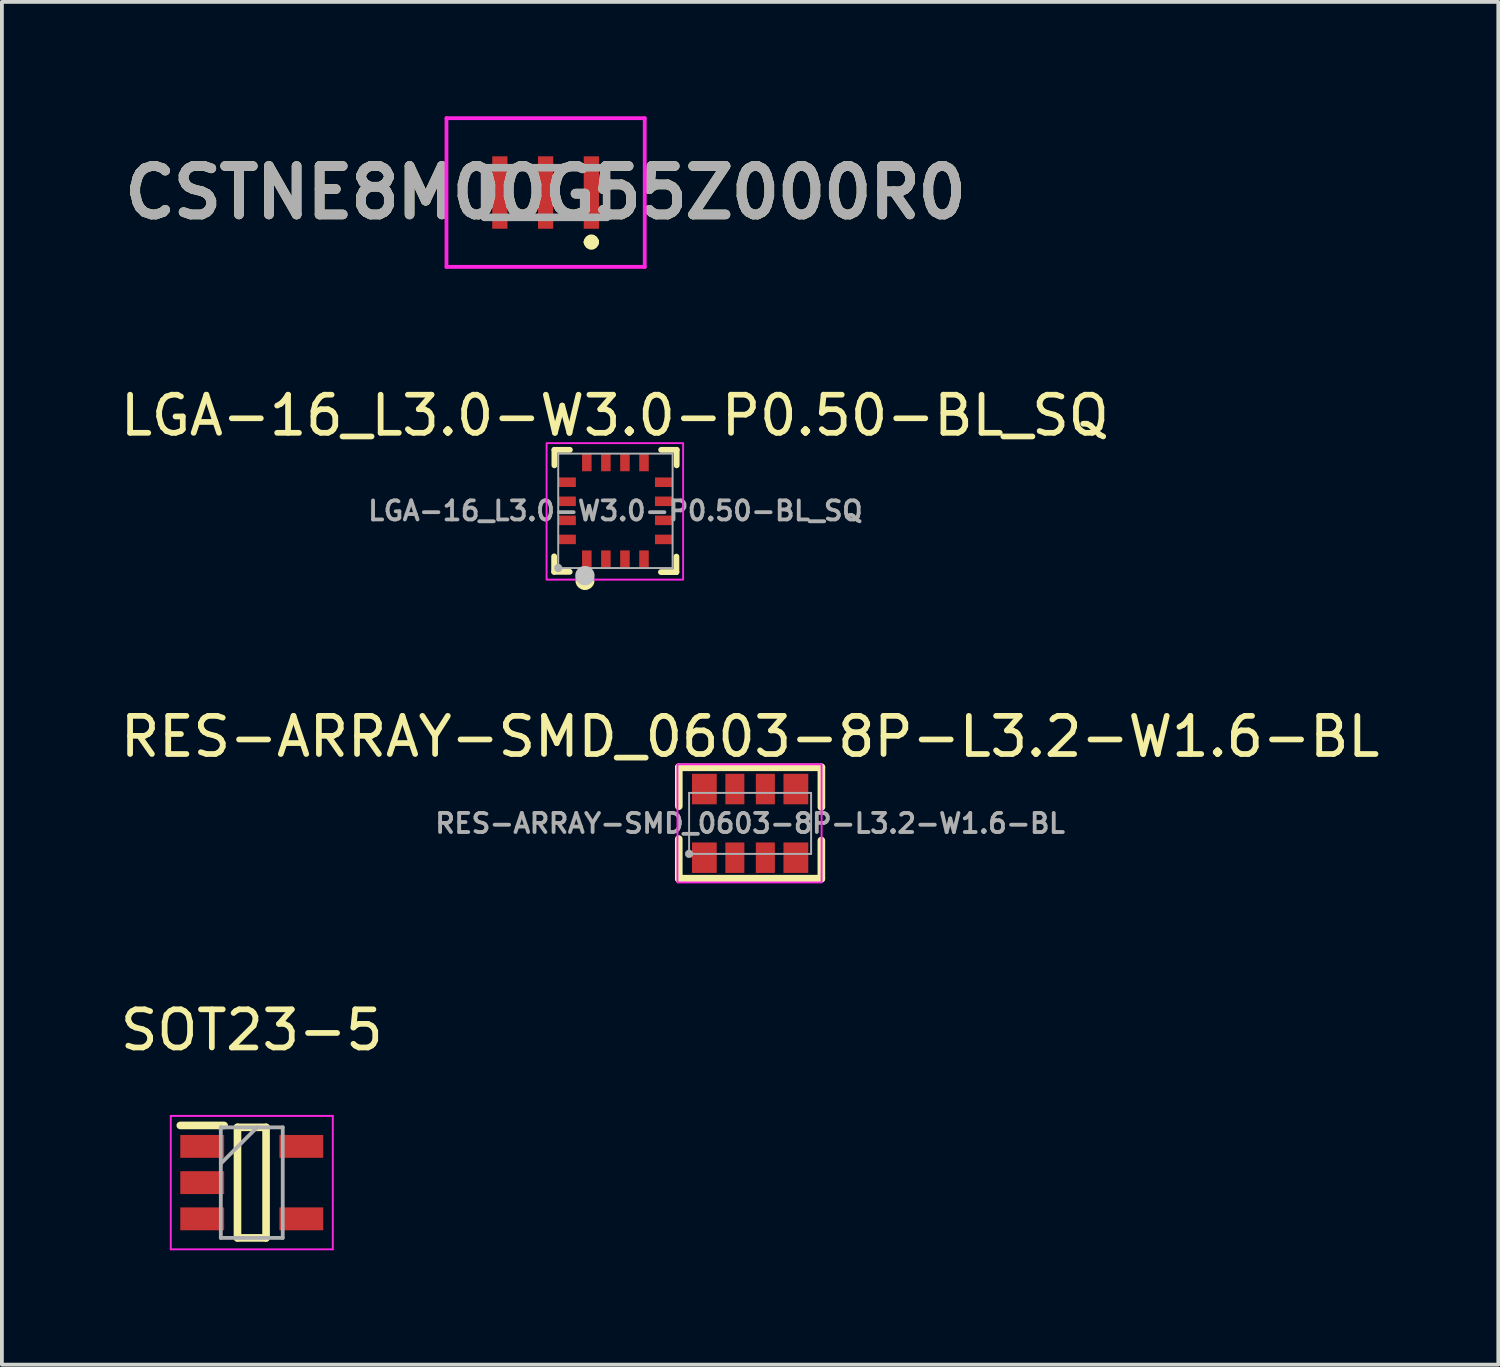
<source format=kicad_pcb>
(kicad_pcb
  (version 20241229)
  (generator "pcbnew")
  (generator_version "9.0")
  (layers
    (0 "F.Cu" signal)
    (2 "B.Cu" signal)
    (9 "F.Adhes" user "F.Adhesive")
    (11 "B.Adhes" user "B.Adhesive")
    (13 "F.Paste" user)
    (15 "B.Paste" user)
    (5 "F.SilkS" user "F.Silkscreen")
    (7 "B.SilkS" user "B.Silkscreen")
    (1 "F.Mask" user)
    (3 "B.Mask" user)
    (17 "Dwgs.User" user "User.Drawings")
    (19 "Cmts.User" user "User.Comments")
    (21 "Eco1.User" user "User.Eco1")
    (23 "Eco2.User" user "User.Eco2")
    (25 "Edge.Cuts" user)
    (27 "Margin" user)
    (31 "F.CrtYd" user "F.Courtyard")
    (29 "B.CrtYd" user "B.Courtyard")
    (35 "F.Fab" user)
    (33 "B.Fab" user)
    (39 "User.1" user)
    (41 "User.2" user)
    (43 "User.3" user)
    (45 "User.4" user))
  (footprint "CSTNE8M00G55Z000R0"
    (layer "F.Cu")
    (at 11.261 2)
    (property "Reference" "CSTNE8M00G55Z000R0" (at 0 0 0) (layer "F.SilkS") (effects (font (size 1.27 1.27) (thickness 0.254))))
    (attr smd)
    (fp_line (start -1.6 -0.65) (end -1.6 0.65) (stroke (width 0.1) (type solid)) (layer "F.SilkS"))
    (fp_line (start 1.1 1.3) (end 1.1 1.3) (stroke (width 0.2) (type solid)) (layer "F.SilkS"))
    (fp_line (start 1.3 1.3) (end 1.3 1.3) (stroke (width 0.2) (type solid)) (layer "F.SilkS"))
    (fp_line (start 1.6 -0.65) (end 1.6 0.65) (stroke (width 0.1) (type solid)) (layer "F.SilkS"))
    (fp_arc (start 1.1 1.3) (mid 1.2 1.2) (end 1.3 1.3) (stroke (width 0.2) (type solid)) (layer "F.SilkS"))
    (fp_arc (start 1.3 1.3) (mid 1.2 1.4) (end 1.1 1.3) (stroke (width 0.2) (type solid)) (layer "F.SilkS"))
    (fp_line (start -2.6 -1.95) (end -2.6 1.95) (stroke (width 0.1) (type solid)) (layer "F.CrtYd"))
    (fp_line (start -2.6 1.95) (end 2.6 1.95) (stroke (width 0.1) (type solid)) (layer "F.CrtYd"))
    (fp_line (start 2.6 -1.95) (end -2.6 -1.95) (stroke (width 0.1) (type solid)) (layer "F.CrtYd"))
    (fp_line (start 2.6 1.95) (end 2.6 -1.95) (stroke (width 0.1) (type solid)) (layer "F.CrtYd"))
    (fp_line (start -1.6 -0.65) (end -1.6 0.65) (stroke (width 0.2) (type solid)) (layer "F.Fab"))
    (fp_line (start -1.6 0.65) (end 1.6 0.65) (stroke (width 0.2) (type solid)) (layer "F.Fab"))
    (fp_line (start 1.6 -0.65) (end -1.6 -0.65) (stroke (width 0.2) (type solid)) (layer "F.Fab"))
    (fp_line (start 1.6 0.65) (end 1.6 -0.65) (stroke (width 0.2) (type solid)) (layer "F.Fab"))
    (fp_text user "${REFERENCE}" (at 0 0 0) (layer "F.Fab") (effects (font (size 1.27 1.27) (thickness 0.254))))
    (pad "1" smd rect (at 1.2 0) (size 0.4 1.9) (layers "F.Cu" "F.Mask" "F.Paste"))
    (pad "2" smd rect (at 0 0) (size 0.4 1.9) (layers "F.Cu" "F.Mask" "F.Paste"))
    (pad "3" smd rect (at -1.2 0) (size 0.4 1.9) (layers "F.Cu" "F.Mask" "F.Paste")))
  (footprint "LGA-16_L3.0-W3.0-P0.50-BL_SQ"
    (layer "F.Cu")
    (at 13.092 10.349)
    (property "Reference" "LGA-16_L3.0-W3.0-P0.50-BL_SQ" (at -0.015 -2.501 0) (layer "F.SilkS") (effects (font (size 1 1) (thickness 0.15))))
    (fp_line (start -1.607 1.6) (end -1.607 1.194) (stroke (width 0.152) (type default)) (layer "F.SilkS"))
    (fp_line (start -1.6 -1.6) (end -1.194 -1.6) (stroke (width 0.152) (type default)) (layer "F.SilkS"))
    (fp_line (start -1.6 -1.194) (end -1.6 -1.6) (stroke (width 0.152) (type default)) (layer "F.SilkS"))
    (fp_line (start -1.2 1.6) (end -1.607 1.6) (stroke (width 0.152) (type default)) (layer "F.SilkS"))
    (fp_line (start 1.2 -1.6) (end 1.607 -1.6) (stroke (width 0.152) (type default)) (layer "F.SilkS"))
    (fp_line (start 1.6 1.2) (end 1.6 1.607) (stroke (width 0.152) (type default)) (layer "F.SilkS"))
    (fp_line (start 1.6 1.607) (end 1.194 1.607) (stroke (width 0.152) (type default)) (layer "F.SilkS"))
    (fp_line (start 1.607 -1.6) (end 1.607 -1.194) (stroke (width 0.152) (type default)) (layer "F.SilkS"))
    (fp_arc (start -0.7985 1.95) (mid -0.923498 1.82575) (end -0.8 1.7) (stroke (width 0.25) (type default)) (layer "F.SilkS"))
    (fp_arc (start -0.7975 1.7) (mid -0.673497 1.8255) (end -0.7985 1.95) (stroke (width 0.25) (type default)) (layer "F.SilkS"))
    (fp_circle (center -0.8 1.7) (end -0.673 1.7) (stroke (width 0.254) (type default)) (fill no) (layer "Dwgs.User"))
    (fp_rect (start -1.805 -1.776) (end 1.776 1.805) (stroke (width 0.05) (type default)) (fill no) (layer "F.CrtYd"))
    (fp_line (start -1.5 -1.5) (end 1.5 -1.5) (stroke (width 0.051) (type default)) (layer "F.Fab"))
    (fp_line (start -1.5 1.5) (end -1.5 -1.5) (stroke (width 0.051) (type default)) (layer "F.Fab"))
    (fp_line (start 1.5 -1.5) (end 1.5 1.5) (stroke (width 0.051) (type default)) (layer "F.Fab"))
    (fp_line (start 1.5 1.5) (end -1.5 1.5) (stroke (width 0.051) (type default)) (layer "F.Fab"))
    (fp_poly (pts (xy -1.445 1.477) (xy -1.477 1.445) (xy -1.523 1.445) (xy -1.555 1.477) (xy -1.555 1.523) (xy -1.523 1.555) (xy -1.477 1.555) (xy -1.445 1.523)) (stroke (width 0.1) (type default)) (fill no) (layer "F.Fab"))
    (fp_poly (pts (xy -1.101 -0.875) (xy -1.101 -0.625) (xy -1.425 -0.625) (xy -1.425 -0.875)) (stroke (width 0.1) (type default)) (fill no) (layer "User.1"))
    (fp_poly (pts (xy -1.101 -0.375) (xy -1.101 -0.125) (xy -1.425 -0.125) (xy -1.425 -0.375)) (stroke (width 0.1) (type default)) (fill no) (layer "User.1"))
    (fp_poly (pts (xy -1.101 0.125) (xy -1.101 0.375) (xy -1.425 0.375) (xy -1.425 0.125)) (stroke (width 0.1) (type default)) (fill no) (layer "User.1"))
    (fp_poly (pts (xy -1.101 0.625) (xy -1.101 0.875) (xy -1.425 0.875) (xy -1.425 0.625)) (stroke (width 0.1) (type default)) (fill no) (layer "User.1"))
    (fp_poly (pts (xy -0.625 -1.101) (xy -0.875 -1.101) (xy -0.875 -1.425) (xy -0.625 -1.425)) (stroke (width 0.1) (type default)) (fill no) (layer "User.1"))
    (fp_poly (pts (xy -0.625 1.425) (xy -0.875 1.425) (xy -0.875 1.101) (xy -0.625 1.101)) (stroke (width 0.1) (type default)) (fill no) (layer "User.1"))
    (fp_poly (pts (xy -0.125 -1.101) (xy -0.375 -1.101) (xy -0.375 -1.425) (xy -0.125 -1.425)) (stroke (width 0.1) (type default)) (fill no) (layer "User.1"))
    (fp_poly (pts (xy -0.125 1.425) (xy -0.375 1.425) (xy -0.375 1.101) (xy -0.125 1.101)) (stroke (width 0.1) (type default)) (fill no) (layer "User.1"))
    (fp_poly (pts (xy 0.375 -1.101) (xy 0.125 -1.101) (xy 0.125 -1.425) (xy 0.375 -1.425)) (stroke (width 0.1) (type default)) (fill no) (layer "User.1"))
    (fp_poly (pts (xy 0.375 1.425) (xy 0.125 1.425) (xy 0.125 1.101) (xy 0.375 1.101)) (stroke (width 0.1) (type default)) (fill no) (layer "User.1"))
    (fp_poly (pts (xy 0.875 -1.101) (xy 0.625 -1.101) (xy 0.625 -1.425) (xy 0.875 -1.425)) (stroke (width 0.1) (type default)) (fill no) (layer "User.1"))
    (fp_poly (pts (xy 0.875 1.425) (xy 0.625 1.425) (xy 0.625 1.101) (xy 0.875 1.101)) (stroke (width 0.1) (type default)) (fill no) (layer "User.1"))
    (fp_poly (pts (xy 1.425 -0.875) (xy 1.425 -0.625) (xy 1.101 -0.625) (xy 1.101 -0.875)) (stroke (width 0.1) (type default)) (fill no) (layer "User.1"))
    (fp_poly (pts (xy 1.425 -0.375) (xy 1.425 -0.125) (xy 1.101 -0.125) (xy 1.101 -0.375)) (stroke (width 0.1) (type default)) (fill no) (layer "User.1"))
    (fp_poly (pts (xy 1.425 0.125) (xy 1.425 0.375) (xy 1.101 0.375) (xy 1.101 0.125)) (stroke (width 0.1) (type default)) (fill no) (layer "User.1"))
    (fp_poly (pts (xy 1.425 0.625) (xy 1.425 0.875) (xy 1.101 0.875) (xy 1.101 0.625)) (stroke (width 0.1) (type default)) (fill no) (layer "User.1"))
    (fp_text user "${REFERENCE}" (at 0 0 0) (layer "F.Fab") (effects (font (size 0.5 0.5) (thickness 0.1))))
    (pad "1" smd rect (at -0.75 1.263 180) (size 0.25 0.45) (layers "F.Cu" "F.Mask" "F.Paste"))
    (pad "2" smd rect (at -0.25 1.263 180) (size 0.25 0.45) (layers "F.Cu" "F.Mask" "F.Paste"))
    (pad "3" smd rect (at 0.25 1.263 180) (size 0.25 0.45) (layers "F.Cu" "F.Mask" "F.Paste"))
    (pad "4" smd rect (at 0.75 1.263 180) (size 0.25 0.45) (layers "F.Cu" "F.Mask" "F.Paste"))
    (pad "5" smd rect (at 1.263 0.75 90) (size 0.25 0.45) (layers "F.Cu" "F.Mask" "F.Paste"))
    (pad "6" smd rect (at 1.263 0.25 90) (size 0.25 0.45) (layers "F.Cu" "F.Mask" "F.Paste"))
    (pad "7" smd rect (at 1.263 -0.25 90) (size 0.25 0.45) (layers "F.Cu" "F.Mask" "F.Paste"))
    (pad "8" smd rect (at 1.263 -0.75 90) (size 0.25 0.45) (layers "F.Cu" "F.Mask" "F.Paste"))
    (pad "9" smd rect (at 0.75 -1.263 180) (size 0.25 0.45) (layers "F.Cu" "F.Mask" "F.Paste"))
    (pad "10" smd rect (at 0.25 -1.263 180) (size 0.25 0.45) (layers "F.Cu" "F.Mask" "F.Paste"))
    (pad "11" smd rect (at -0.25 -1.263 180) (size 0.25 0.45) (layers "F.Cu" "F.Mask" "F.Paste"))
    (pad "12" smd rect (at -0.75 -1.263 180) (size 0.25 0.45) (layers "F.Cu" "F.Mask" "F.Paste"))
    (pad "13" smd rect (at -1.263 -0.75 90) (size 0.25 0.45) (layers "F.Cu" "F.Mask" "F.Paste"))
    (pad "14" smd rect (at -1.263 -0.25 90) (size 0.25 0.45) (layers "F.Cu" "F.Mask" "F.Paste"))
    (pad "15" smd rect (at -1.263 0.25 90) (size 0.25 0.45) (layers "F.Cu" "F.Mask" "F.Paste"))
    (pad "16" smd rect (at -1.263 0.75 90) (size 0.25 0.45) (layers "F.Cu" "F.Mask" "F.Paste")))
  (footprint "SOT23-5"
    (layer "F.Cu")
    (at 3.554 27.97)
    (property "Reference" "SOT23-5" (at 0 -4 0) (layer "F.SilkS") (effects (font (size 1 1) (thickness 0.15))))
    (attr smd)
    (fp_line (start -1.875 -1.5) (end -0.725 -1.5) (stroke (width 0.2) (type solid)) (layer "F.SilkS"))
    (fp_line (start -0.375 -1.45) (end 0.375 -1.45) (stroke (width 0.2) (type solid)) (layer "F.SilkS"))
    (fp_line (start -0.375 1.45) (end -0.375 -1.45) (stroke (width 0.2) (type solid)) (layer "F.SilkS"))
    (fp_line (start 0.375 -1.45) (end 0.375 1.45) (stroke (width 0.2) (type solid)) (layer "F.SilkS"))
    (fp_line (start 0.375 1.45) (end -0.375 1.45) (stroke (width 0.2) (type solid)) (layer "F.SilkS"))
    (fp_line (start -2.125 -1.75) (end 2.125 -1.75) (stroke (width 0.05) (type solid)) (layer "F.CrtYd"))
    (fp_line (start -2.125 1.75) (end -2.125 -1.75) (stroke (width 0.05) (type solid)) (layer "F.CrtYd"))
    (fp_line (start 2.125 -1.75) (end 2.125 1.75) (stroke (width 0.05) (type solid)) (layer "F.CrtYd"))
    (fp_line (start 2.125 1.75) (end -2.125 1.75) (stroke (width 0.05) (type solid)) (layer "F.CrtYd"))
    (fp_line (start -0.812 -1.45) (end 0.812 -1.45) (stroke (width 0.1) (type solid)) (layer "F.Fab"))
    (fp_line (start -0.812 -0.5) (end 0.138 -1.45) (stroke (width 0.1) (type solid)) (layer "F.Fab"))
    (fp_line (start -0.812 1.45) (end -0.812 -1.45) (stroke (width 0.1) (type solid)) (layer "F.Fab"))
    (fp_line (start 0.812 -1.45) (end 0.812 1.45) (stroke (width 0.1) (type solid)) (layer "F.Fab"))
    (fp_line (start 0.812 1.45) (end -0.812 1.45) (stroke (width 0.1) (type solid)) (layer "F.Fab"))
    (pad "1" smd rect (at -1.3 -0.95) (size 1.15 0.6) (layers "F.Cu" "F.Mask" "F.Paste"))
    (pad "2" smd rect (at -1.3 0) (size 1.15 0.6) (layers "F.Cu" "F.Mask" "F.Paste"))
    (pad "3" smd rect (at -1.3 0.95) (size 1.15 0.6) (layers "F.Cu" "F.Mask" "F.Paste"))
    (pad "4" smd rect (at 1.3 0.95) (size 1.15 0.6) (layers "F.Cu" "F.Mask" "F.Paste"))
    (pad "5" smd rect (at 1.3 -0.95) (size 1.15 0.6) (layers "F.Cu" "F.Mask" "F.Paste")))
  (footprint "RES-ARRAY-SMD_0603-8P-L3.2-W1.6-BL"
    (layer "F.Cu")
    (at 16.625 18.547)
    (property "Reference" "RES-ARRAY-SMD_0603-8P-L3.2-W1.6-BL" (at -0.00025 -2.275 0) (layer "F.SilkS") (effects (font (size 1 1) (thickness 0.15))))
    (fp_line (start -1.871 1.45) (end -1.871 0.41) (stroke (width 0.2) (type default)) (layer "F.SilkS"))
    (fp_line (start -1.87 -1.47) (end 1.87 -1.47) (stroke (width 0.2) (type default)) (layer "F.SilkS"))
    (fp_line (start -1.87 -0.45) (end -1.87 -1.47) (stroke (width 0.2) (type default)) (layer "F.SilkS"))
    (fp_line (start 1.869 0.45) (end 1.869 1.45) (stroke (width 0.2) (type default)) (layer "F.SilkS"))
    (fp_line (start 1.869 1.45) (end -1.871 1.45) (stroke (width 0.2) (type default)) (layer "F.SilkS"))
    (fp_line (start 1.87 -1.47) (end 1.87 -0.429) (stroke (width 0.2) (type default)) (layer "F.SilkS"))
    (fp_rect (start -1.905 -1.55) (end 1.875 1.55) (stroke (width 0.05) (type default)) (fill no) (layer "F.CrtYd"))
    (fp_line (start -1.6 -0.8) (end 1.6 -0.8) (stroke (width 0.051) (type default)) (layer "F.Fab"))
    (fp_line (start -1.6 0.8) (end -1.6 -0.8) (stroke (width 0.051) (type default)) (layer "F.Fab"))
    (fp_line (start 1.6 -0.8) (end 1.6 0.8) (stroke (width 0.051) (type default)) (layer "F.Fab"))
    (fp_line (start 1.6 0.8) (end -1.6 0.8) (stroke (width 0.051) (type default)) (layer "F.Fab"))
    (fp_poly (pts (xy -1.545 0.777) (xy -1.577 0.745) (xy -1.623 0.745) (xy -1.655 0.777) (xy -1.655 0.823) (xy -1.623 0.855) (xy -1.577 0.855) (xy -1.545 0.823)) (stroke (width 0.1) (type default)) (fill no) (layer "F.Fab"))
    (fp_poly (pts (xy -1.45 -0.5) (xy -1.45 -0.8) (xy -0.95 -0.8) (xy -0.95 -0.5)) (stroke (width 0.1) (type default)) (fill no) (layer "User.1"))
    (fp_poly (pts (xy -1.45 0.8) (xy -1.45 0.5) (xy -0.95 0.5) (xy -0.95 0.8)) (stroke (width 0.1) (type default)) (fill no) (layer "User.1"))
    (fp_poly (pts (xy -0.65 -0.5) (xy -0.65 -0.8) (xy -0.15 -0.8) (xy -0.15 -0.5)) (stroke (width 0.1) (type default)) (fill no) (layer "User.1"))
    (fp_poly (pts (xy -0.65 0.8) (xy -0.65 0.5) (xy -0.15 0.5) (xy -0.15 0.8)) (stroke (width 0.1) (type default)) (fill no) (layer "User.1"))
    (fp_poly (pts (xy 0.15 -0.5) (xy 0.15 -0.8) (xy 0.65 -0.8) (xy 0.65 -0.5)) (stroke (width 0.1) (type default)) (fill no) (layer "User.1"))
    (fp_poly (pts (xy 0.15 0.8) (xy 0.15 0.5) (xy 0.65 0.5) (xy 0.65 0.8)) (stroke (width 0.1) (type default)) (fill no) (layer "User.1"))
    (fp_poly (pts (xy 0.95 -0.5) (xy 0.95 -0.8) (xy 1.45 -0.8) (xy 1.45 -0.5)) (stroke (width 0.1) (type default)) (fill no) (layer "User.1"))
    (fp_poly (pts (xy 0.95 0.8) (xy 0.95 0.5) (xy 1.45 0.5) (xy 1.45 0.8)) (stroke (width 0.1) (type default)) (fill no) (layer "User.1"))
    (fp_text user "${REFERENCE}" (at 0 0 0) (layer "F.Fab") (effects (font (size 0.5 0.5) (thickness 0.1))))
    (pad "1" smd rect (at 1.2 0.9) (size 0.65 0.8) (layers "F.Cu" "F.Mask" "F.Paste"))
    (pad "2" smd rect (at 0.4 0.9) (size 0.5 0.8) (layers "F.Cu" "F.Mask" "F.Paste"))
    (pad "3" smd rect (at -0.4 0.9) (size 0.5 0.8) (layers "F.Cu" "F.Mask" "F.Paste"))
    (pad "4" smd rect (at -1.2 0.9) (size 0.65 0.8) (layers "F.Cu" "F.Mask" "F.Paste"))
    (pad "5" smd rect (at -1.2 -0.9) (size 0.65 0.8) (layers "F.Cu" "F.Mask" "F.Paste"))
    (pad "6" smd rect (at -0.4 -0.9) (size 0.5 0.8) (layers "F.Cu" "F.Mask" "F.Paste"))
    (pad "7" smd rect (at 0.4 -0.9) (size 0.5 0.8) (layers "F.Cu" "F.Mask" "F.Paste"))
    (pad "8" smd rect (at 1.2 -0.9) (size 0.65 0.8) (layers "F.Cu" "F.Mask" "F.Paste")))
  (gr_rect
    (start -3 -3)
    (end 36.25 32.745)
    (stroke (width 0.1) (type default))
    (fill no)
    (layer "Edge.Cuts")))
</source>
